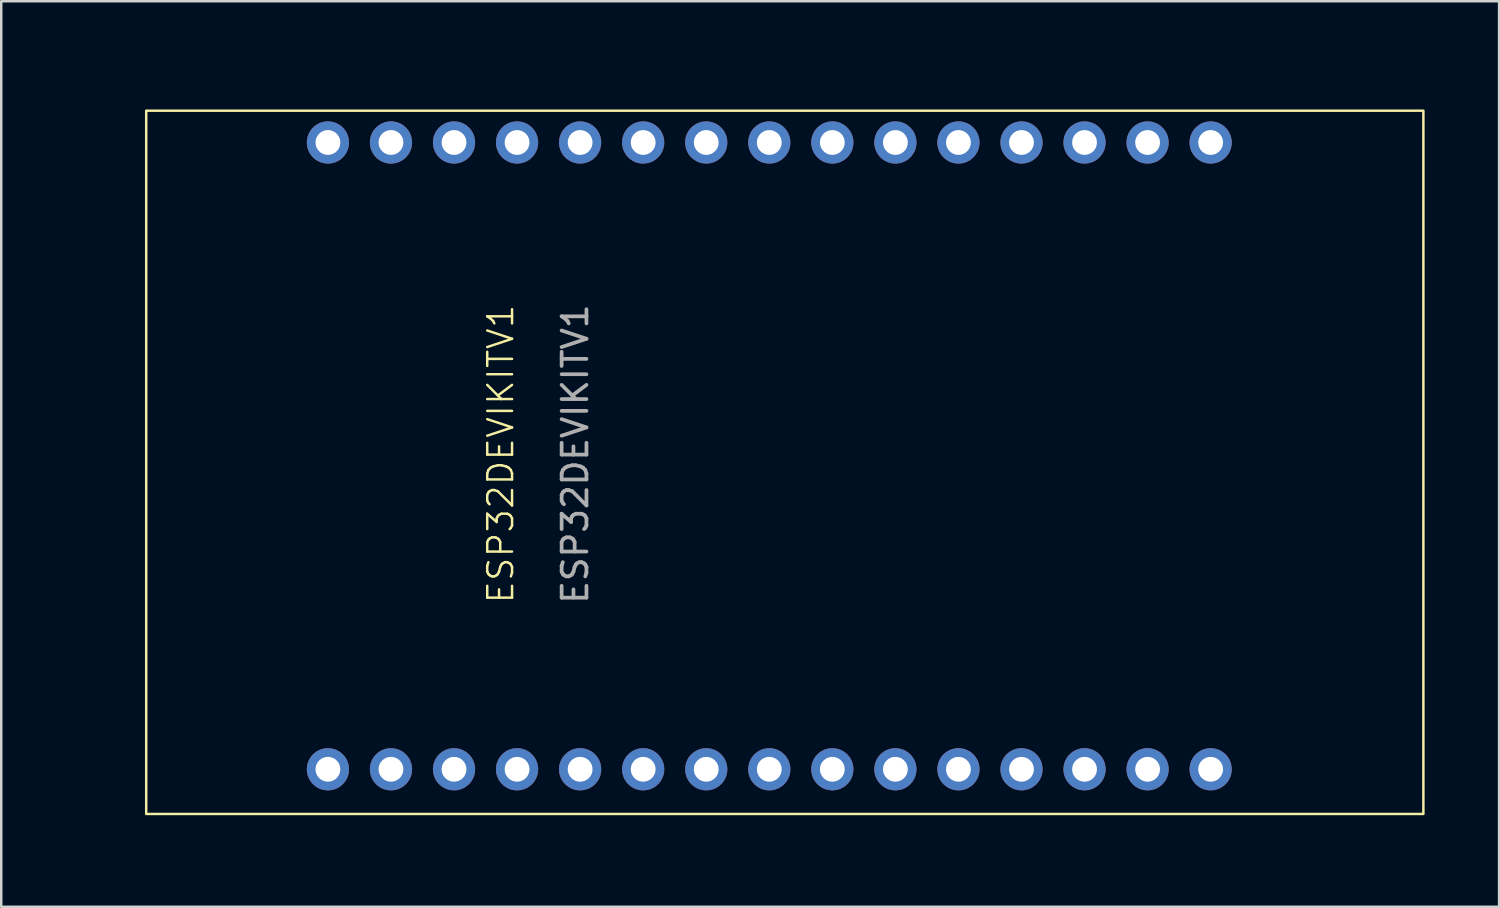
<source format=kicad_pcb>
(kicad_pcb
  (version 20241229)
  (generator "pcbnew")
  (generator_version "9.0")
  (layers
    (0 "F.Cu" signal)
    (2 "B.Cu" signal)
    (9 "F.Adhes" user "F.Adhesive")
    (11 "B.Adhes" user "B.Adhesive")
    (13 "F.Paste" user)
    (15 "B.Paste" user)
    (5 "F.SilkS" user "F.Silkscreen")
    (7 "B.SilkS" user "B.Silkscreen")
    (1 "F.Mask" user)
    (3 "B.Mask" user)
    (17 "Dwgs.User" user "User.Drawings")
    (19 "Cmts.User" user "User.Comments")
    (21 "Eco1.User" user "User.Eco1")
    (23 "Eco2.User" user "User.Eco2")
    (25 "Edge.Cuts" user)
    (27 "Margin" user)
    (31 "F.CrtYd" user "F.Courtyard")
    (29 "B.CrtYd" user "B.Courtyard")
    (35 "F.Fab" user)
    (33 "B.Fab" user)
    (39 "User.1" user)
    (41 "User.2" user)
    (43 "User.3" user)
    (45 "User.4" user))
  (footprint "ESP32DEVIKITV1"
    (layer "F.Cu")
    (at 10.16 27.94)
    (property "Reference" "ESP32DEVIKITV1" (at 6.96 -12.7 90) (unlocked yes) (layer "F.SilkS") (effects (font (size 1 1) (thickness 0.1))))
    (attr through_hole)
    (fp_rect (start -7.32 -26.53) (end 44.13 1.8) (stroke (width 0.1) (type default)) (fill no) (layer "F.SilkS"))
    (fp_text user "${REFERENCE}" (at 9.96 -12.7 90) (unlocked yes) (layer "F.Fab") (effects (font (size 1 1) (thickness 0.15))))
    (pad "1" thru_hole circle (at 0 0) (size 1.7 1.7) (drill 1) (layers "*.Cu" "*.Mask"))
    (pad "2" thru_hole circle (at 2.54 0) (size 1.7 1.7) (drill 1) (layers "*.Cu" "*.Mask"))
    (pad "3" thru_hole circle (at 5.08 0) (size 1.7 1.7) (drill 1) (layers "*.Cu" "*.Mask"))
    (pad "4" thru_hole circle (at 7.62 0) (size 1.7 1.7) (drill 1) (layers "*.Cu" "*.Mask"))
    (pad "5" thru_hole circle (at 10.16 0) (size 1.7 1.7) (drill 1) (layers "*.Cu" "*.Mask"))
    (pad "6" thru_hole circle (at 12.7 0) (size 1.7 1.7) (drill 1) (layers "*.Cu" "*.Mask"))
    (pad "7" thru_hole circle (at 15.24 0) (size 1.7 1.7) (drill 1) (layers "*.Cu" "*.Mask"))
    (pad "8" thru_hole circle (at 17.78 0) (size 1.7 1.7) (drill 1) (layers "*.Cu" "*.Mask"))
    (pad "9" thru_hole circle (at 20.32 0) (size 1.7 1.7) (drill 1) (layers "*.Cu" "*.Mask"))
    (pad "10" thru_hole circle (at 22.86 0) (size 1.7 1.7) (drill 1) (layers "*.Cu" "*.Mask"))
    (pad "11" thru_hole circle (at 25.4 0) (size 1.7 1.7) (drill 1) (layers "*.Cu" "*.Mask"))
    (pad "12" thru_hole circle (at 27.94 0) (size 1.7 1.7) (drill 1) (layers "*.Cu" "*.Mask"))
    (pad "13" thru_hole circle (at 30.48 0) (size 1.7 1.7) (drill 1) (layers "*.Cu" "*.Mask"))
    (pad "14" thru_hole circle (at 33.02 0) (size 1.7 1.7) (drill 1) (layers "*.Cu" "*.Mask"))
    (pad "15" thru_hole circle (at 35.56 0) (size 1.7 1.7) (drill 1) (layers "*.Cu" "*.Mask"))
    (pad "16" thru_hole circle (at 35.56 -25.25) (size 1.7 1.7) (drill 1) (layers "*.Cu" "*.Mask"))
    (pad "17" thru_hole circle (at 33.02 -25.25) (size 1.7 1.7) (drill 1) (layers "*.Cu" "*.Mask"))
    (pad "18" thru_hole circle (at 30.48 -25.25) (size 1.7 1.7) (drill 1) (layers "*.Cu" "*.Mask"))
    (pad "19" thru_hole circle (at 27.94 -25.25) (size 1.7 1.7) (drill 1) (layers "*.Cu" "*.Mask"))
    (pad "20" thru_hole circle (at 25.4 -25.25) (size 1.7 1.7) (drill 1) (layers "*.Cu" "*.Mask"))
    (pad "21" thru_hole circle (at 22.86 -25.25) (size 1.7 1.7) (drill 1) (layers "*.Cu" "*.Mask"))
    (pad "22" thru_hole circle (at 20.32 -25.25) (size 1.7 1.7) (drill 1) (layers "*.Cu" "*.Mask"))
    (pad "23" thru_hole circle (at 17.78 -25.25) (size 1.7 1.7) (drill 1) (layers "*.Cu" "*.Mask"))
    (pad "24" thru_hole circle (at 15.24 -25.25) (size 1.7 1.7) (drill 1) (layers "*.Cu" "*.Mask"))
    (pad "25" thru_hole circle (at 12.7 -25.25) (size 1.7 1.7) (drill 1) (layers "*.Cu" "*.Mask"))
    (pad "26" thru_hole circle (at 10.16 -25.25) (size 1.7 1.7) (drill 1) (layers "*.Cu" "*.Mask"))
    (pad "27" thru_hole circle (at 7.62 -25.25) (size 1.7 1.7) (drill 1) (layers "*.Cu" "*.Mask"))
    (pad "28" thru_hole circle (at 5.08 -25.25) (size 1.7 1.7) (drill 1) (layers "*.Cu" "*.Mask"))
    (pad "29" thru_hole circle (at 2.54 -25.25) (size 1.7 1.7) (drill 1) (layers "*.Cu" "*.Mask"))
    (pad "30" thru_hole circle (at 0 -25.25) (size 1.7 1.7) (drill 1) (layers "*.Cu" "*.Mask"))
    (zone (net_name "") (layer "F.SilkS") (hatch full 0.5) (connect_pads) (min_thickness 0.25) (filled_areas_thickness no) (keepout (tracks allowed) (vias allowed) (pads not_allowed) (copperpour not_allowed) (footprints not_allowed)) (placement (enabled no)) (fill) (polygon (pts (xy 7.62 0) (xy 0 0) (xy 0 30.48) (xy 7.62 30.48)))))
  (gr_rect
    (start -3 -3)
    (end 57.34 33.48)
    (stroke (width 0.1) (type default))
    (fill no)
    (layer "Edge.Cuts")))
</source>
